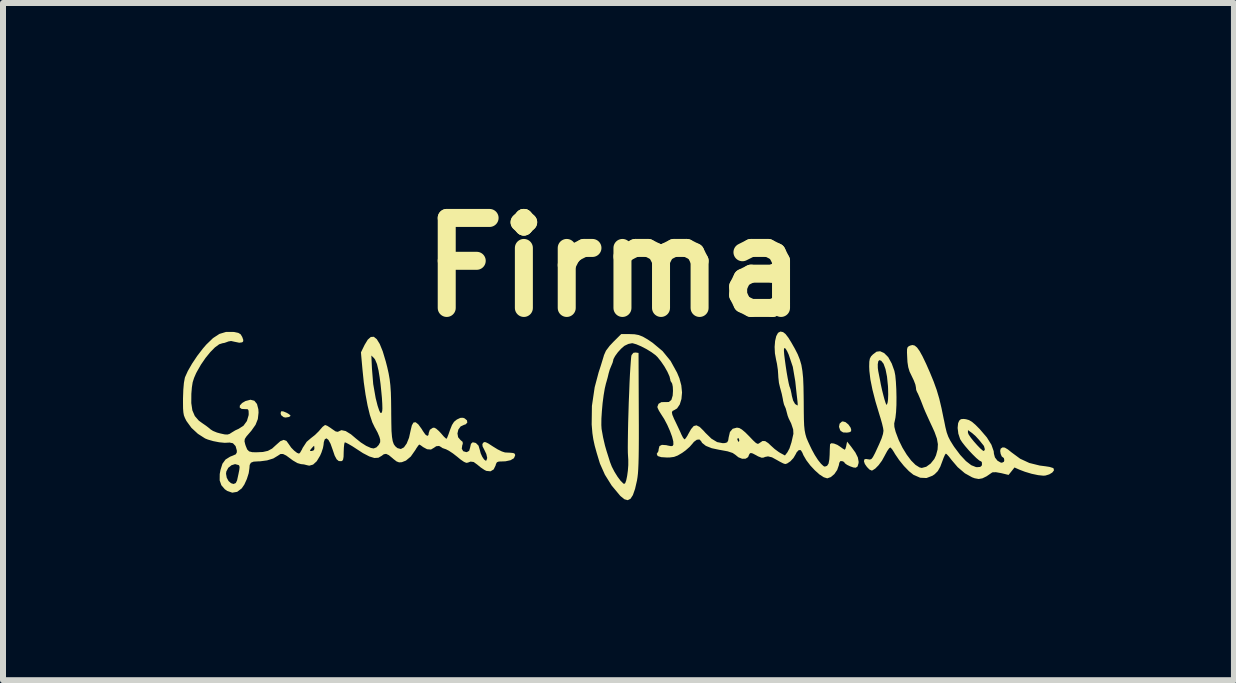
<source format=kicad_pcb>
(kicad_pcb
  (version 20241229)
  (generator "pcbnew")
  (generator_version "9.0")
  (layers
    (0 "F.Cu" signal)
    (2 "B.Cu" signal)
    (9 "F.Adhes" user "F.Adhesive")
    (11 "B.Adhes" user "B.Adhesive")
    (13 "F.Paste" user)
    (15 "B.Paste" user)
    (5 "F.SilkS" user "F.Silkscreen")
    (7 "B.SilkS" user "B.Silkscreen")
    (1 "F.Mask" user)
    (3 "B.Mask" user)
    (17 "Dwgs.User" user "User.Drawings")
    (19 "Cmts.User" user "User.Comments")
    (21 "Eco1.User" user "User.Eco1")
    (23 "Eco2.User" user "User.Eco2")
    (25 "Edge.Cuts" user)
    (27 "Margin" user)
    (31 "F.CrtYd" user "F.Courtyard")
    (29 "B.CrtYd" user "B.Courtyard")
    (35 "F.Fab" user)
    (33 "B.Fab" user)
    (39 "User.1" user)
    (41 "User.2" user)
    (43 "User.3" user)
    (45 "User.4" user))
  (footprint "Firma"
    (layer "F.Cu")
    (at 7.181 3.904)
    (property "Reference" "Firma" (at 0 -2.5 0) (layer "F.SilkS") (effects (font (size 1.5 1.5) (thickness 0.3))))
    (attr board_only exclude_from_pos_files exclude_from_bom)
    (fp_poly (pts (xy -5.505 -0.096) (xy -5.447 -0.071) (xy -5.417 -0.053) (xy -5.389 -0.03) (xy -5.397 -0.015) (xy -5.417 -0.004) (xy -5.473 0.005) (xy -5.505 -0.002) (xy -5.546 -0.035) (xy -5.554 -0.066) (xy -5.547 -0.098) (xy -5.517 -0.099)) (stroke (width 0) (type solid)) (fill yes) (layer "F.SilkS"))
    (fp_poly (pts (xy 3.86 0.081) (xy 3.908 0.12) (xy 3.945 0.173) (xy 3.955 0.206) (xy 3.953 0.235) (xy 3.925 0.25) (xy 3.884 0.256) (xy 3.821 0.253) (xy 3.782 0.229) (xy 3.771 0.215) (xy 3.752 0.16) (xy 3.762 0.107) (xy 3.798 0.074) (xy 3.814 0.069)) (stroke (width 0) (type solid)) (fill yes) (layer "F.SilkS"))
    (fp_poly (pts (xy 5.013 -1.195) (xy 5.052 -1.163) (xy 5.095 -1.104) (xy 5.144 -1.015) (xy 5.203 -0.892) (xy 5.267 -0.747) (xy 5.329 -0.596) (xy 5.38 -0.455) (xy 5.423 -0.31) (xy 5.461 -0.149) (xy 5.5 0.042) (xy 5.501 0.043) (xy 5.525 0.163) (xy 5.547 0.252) (xy 5.573 0.324) (xy 5.607 0.391) (xy 5.654 0.467) (xy 5.673 0.496) (xy 5.772 0.628) (xy 5.867 0.73) (xy 5.956 0.799) (xy 6.034 0.83) (xy 6.052 0.832) (xy 6.105 0.828) (xy 6.129 0.809) (xy 6.135 0.785) (xy 6.132 0.747) (xy 6.12 0.736) (xy 6.09 0.721) (xy 6.04 0.679) (xy 5.979 0.619) (xy 5.914 0.55) (xy 5.853 0.479) (xy 5.803 0.415) (xy 5.771 0.365) (xy 5.77 0.362) (xy 5.74 0.271) (xy 5.739 0.258) (xy 5.901 0.258) (xy 5.914 0.29) (xy 5.95 0.342) (xy 6 0.404) (xy 6.055 0.466) (xy 6.107 0.52) (xy 6.148 0.555) (xy 6.166 0.563) (xy 6.18 0.545) (xy 6.182 0.53) (xy 6.169 0.483) (xy 6.161 0.47) (xy 6.134 0.437) (xy 6.094 0.387) (xy 6.083 0.374) (xy 6.029 0.315) (xy 5.971 0.264) (xy 5.964 0.259) (xy 5.901 0.214) (xy 5.901 0.258) (xy 5.739 0.258) (xy 5.729 0.178) (xy 5.737 0.099) (xy 5.756 0.056) (xy 5.784 0.032) (xy 5.829 0.028) (xy 5.869 0.033) (xy 5.918 0.047) (xy 5.966 0.075) (xy 6.023 0.123) (xy 6.099 0.199) (xy 6.102 0.203) (xy 6.216 0.336) (xy 6.292 0.458) (xy 6.33 0.565) (xy 6.334 0.608) (xy 6.351 0.67) (xy 6.393 0.724) (xy 6.447 0.755) (xy 6.468 0.758) (xy 6.501 0.741) (xy 6.507 0.715) (xy 6.499 0.679) (xy 6.487 0.671) (xy 6.464 0.653) (xy 6.446 0.61) (xy 6.438 0.561) (xy 6.446 0.525) (xy 6.448 0.522) (xy 6.479 0.502) (xy 6.516 0.506) (xy 6.566 0.536) (xy 6.627 0.585) (xy 6.771 0.691) (xy 6.924 0.762) (xy 7.098 0.805) (xy 7.193 0.817) (xy 7.262 0.828) (xy 7.314 0.844) (xy 7.33 0.855) (xy 7.334 0.887) (xy 7.306 0.922) (xy 7.256 0.952) (xy 7.194 0.971) (xy 7.159 0.974) (xy 7.071 0.965) (xy 6.962 0.942) (xy 6.849 0.908) (xy 6.76 0.874) (xy 6.677 0.837) (xy 6.628 0.899) (xy 6.578 0.961) (xy 6.454 0.931) (xy 6.369 0.916) (xy 6.314 0.917) (xy 6.302 0.922) (xy 6.212 0.984) (xy 6.142 1.018) (xy 6.08 1.029) (xy 6.014 1.017) (xy 5.97 1.001) (xy 5.85 0.934) (xy 5.73 0.832) (xy 5.627 0.711) (xy 5.584 0.655) (xy 5.549 0.617) (xy 5.533 0.606) (xy 5.518 0.625) (xy 5.496 0.674) (xy 5.479 0.72) (xy 5.44 0.824) (xy 5.399 0.897) (xy 5.346 0.95) (xy 5.309 0.975) (xy 5.21 1.013) (xy 5.105 1.008) (xy 4.995 0.96) (xy 4.99 0.957) (xy 4.917 0.898) (xy 4.834 0.812) (xy 4.754 0.713) (xy 4.686 0.613) (xy 4.667 0.58) (xy 4.636 0.532) (xy 4.61 0.505) (xy 4.607 0.503) (xy 4.587 0.518) (xy 4.556 0.562) (xy 4.52 0.628) (xy 4.516 0.636) (xy 4.468 0.723) (xy 4.412 0.799) (xy 4.356 0.856) (xy 4.308 0.886) (xy 4.296 0.888) (xy 4.259 0.871) (xy 4.218 0.829) (xy 4.183 0.779) (xy 4.168 0.735) (xy 4.168 0.735) (xy 4.174 0.703) (xy 4.201 0.695) (xy 4.232 0.7) (xy 4.267 0.705) (xy 4.293 0.695) (xy 4.317 0.664) (xy 4.349 0.604) (xy 4.361 0.579) (xy 4.421 0.449) (xy 4.462 0.352) (xy 4.485 0.279) (xy 4.493 0.227) (xy 4.493 0.223) (xy 4.487 0.18) (xy 4.47 0.107) (xy 4.445 0.019) (xy 4.43 -0.029) (xy 4.36 -0.262) (xy 4.309 -0.461) (xy 4.275 -0.63) (xy 4.258 -0.772) (xy 4.255 -0.846) (xy 4.256 -0.885) (xy 4.398 -0.885) (xy 4.399 -0.82) (xy 4.406 -0.769) (xy 4.42 -0.698) (xy 4.438 -0.608) (xy 4.448 -0.552) (xy 4.469 -0.455) (xy 4.495 -0.352) (xy 4.508 -0.303) (xy 4.529 -0.237) (xy 4.541 -0.209) (xy 4.551 -0.212) (xy 4.561 -0.244) (xy 4.563 -0.249) (xy 4.569 -0.299) (xy 4.572 -0.379) (xy 4.57 -0.474) (xy 4.568 -0.52) (xy 4.552 -0.677) (xy 4.527 -0.802) (xy 4.495 -0.891) (xy 4.456 -0.941) (xy 4.425 -0.952) (xy 4.407 -0.934) (xy 4.398 -0.885) (xy 4.256 -0.885) (xy 4.257 -0.926) (xy 4.266 -0.977) (xy 4.286 -1.015) (xy 4.316 -1.046) (xy 4.378 -1.093) (xy 4.437 -1.1) (xy 4.502 -1.071) (xy 4.504 -1.07) (xy 4.572 -1.002) (xy 4.631 -0.895) (xy 4.675 -0.773) (xy 4.69 -0.698) (xy 4.7 -0.592) (xy 4.707 -0.467) (xy 4.71 -0.333) (xy 4.709 -0.203) (xy 4.703 -0.086) (xy 4.693 0.005) (xy 4.685 0.045) (xy 4.672 0.104) (xy 4.675 0.162) (xy 4.694 0.237) (xy 4.698 0.25) (xy 4.748 0.382) (xy 4.81 0.508) (xy 4.881 0.624) (xy 4.954 0.721) (xy 5.027 0.794) (xy 5.094 0.836) (xy 5.131 0.845) (xy 5.206 0.825) (xy 5.279 0.772) (xy 5.34 0.696) (xy 5.369 0.634) (xy 5.395 0.537) (xy 5.4 0.449) (xy 5.384 0.356) (xy 5.345 0.247) (xy 5.314 0.178) (xy 5.26 0.062) (xy 5.22 -0.026) (xy 5.189 -0.095) (xy 5.163 -0.157) (xy 5.138 -0.222) (xy 5.119 -0.271) (xy 5.09 -0.341) (xy 5.066 -0.396) (xy 5.052 -0.421) (xy 5.038 -0.457) (xy 5.034 -0.497) (xy 5.025 -0.544) (xy 4.999 -0.613) (xy 4.966 -0.682) (xy 4.928 -0.761) (xy 4.906 -0.834) (xy 4.893 -0.919) (xy 4.889 -0.99) (xy 4.885 -1.078) (xy 4.886 -1.133) (xy 4.894 -1.164) (xy 4.912 -1.182) (xy 4.936 -1.194) (xy 4.975 -1.204)) (stroke (width 0) (type solid)) (fill yes) (layer "F.SilkS"))
    (fp_poly (pts (xy 2.82 -1.419) (xy 2.861 -1.387) (xy 2.908 -1.326) (xy 2.958 -1.245) (xy 3.017 -1.141) (xy 3.064 -1.049) (xy 3.099 -0.961) (xy 3.125 -0.872) (xy 3.142 -0.771) (xy 3.154 -0.654) (xy 3.16 -0.51) (xy 3.163 -0.334) (xy 3.164 -0.255) (xy 3.165 -0.092) (xy 3.167 0.036) (xy 3.171 0.136) (xy 3.179 0.215) (xy 3.192 0.282) (xy 3.21 0.344) (xy 3.237 0.408) (xy 3.272 0.483) (xy 3.299 0.539) (xy 3.348 0.629) (xy 3.401 0.711) (xy 3.452 0.775) (xy 3.494 0.814) (xy 3.515 0.823) (xy 3.553 0.81) (xy 3.578 0.772) (xy 3.591 0.701) (xy 3.596 0.624) (xy 3.598 0.545) (xy 3.601 0.483) (xy 3.603 0.451) (xy 3.603 0.449) (xy 3.623 0.433) (xy 3.668 0.438) (xy 3.724 0.46) (xy 3.766 0.487) (xy 3.813 0.521) (xy 3.844 0.54) (xy 3.848 0.541) (xy 3.86 0.523) (xy 3.873 0.477) (xy 3.873 0.473) (xy 3.887 0.406) (xy 3.954 0.49) (xy 4.025 0.588) (xy 4.066 0.67) (xy 4.079 0.741) (xy 4.078 0.764) (xy 4.061 0.821) (xy 4.031 0.841) (xy 3.991 0.837) (xy 3.938 0.818) (xy 3.886 0.793) (xy 3.85 0.767) (xy 3.844 0.755) (xy 3.826 0.739) (xy 3.803 0.731) (xy 3.774 0.731) (xy 3.757 0.759) (xy 3.749 0.801) (xy 3.722 0.878) (xy 3.675 0.947) (xy 3.616 0.997) (xy 3.557 1.018) (xy 3.555 1.018) (xy 3.498 1) (xy 3.427 0.954) (xy 3.35 0.885) (xy 3.274 0.804) (xy 3.208 0.717) (xy 3.159 0.633) (xy 3.141 0.59) (xy 3.116 0.549) (xy 3.082 0.547) (xy 3.047 0.583) (xy 3.031 0.615) (xy 2.993 0.679) (xy 2.941 0.735) (xy 2.887 0.771) (xy 2.856 0.78) (xy 2.822 0.769) (xy 2.767 0.741) (xy 2.721 0.715) (xy 2.635 0.668) (xy 2.569 0.652) (xy 2.516 0.662) (xy 2.501 0.671) (xy 2.464 0.675) (xy 2.404 0.652) (xy 2.374 0.635) (xy 2.315 0.604) (xy 2.281 0.595) (xy 2.262 0.608) (xy 2.261 0.609) (xy 2.244 0.645) (xy 2.242 0.656) (xy 2.223 0.675) (xy 2.193 0.691) (xy 2.138 0.692) (xy 2.075 0.667) (xy 2.025 0.626) (xy 1.979 0.595) (xy 1.896 0.568) (xy 1.772 0.545) (xy 1.758 0.543) (xy 1.631 0.516) (xy 1.533 0.477) (xy 1.47 0.427) (xy 1.453 0.397) (xy 1.425 0.37) (xy 1.382 0.375) (xy 1.334 0.41) (xy 1.308 0.442) (xy 1.262 0.494) (xy 1.195 0.553) (xy 1.138 0.594) (xy 1.063 0.638) (xy 1.002 0.661) (xy 0.933 0.67) (xy 0.885 0.671) (xy 0.79 0.665) (xy 0.735 0.648) (xy 0.727 0.641) (xy 0.714 0.609) (xy 0.724 0.596) (xy 0.742 0.566) (xy 0.747 0.529) (xy 0.76 0.48) (xy 0.801 0.46) (xy 0.873 0.465) (xy 0.897 0.471) (xy 0.953 0.482) (xy 0.98 0.477) (xy 0.992 0.454) (xy 0.99 0.402) (xy 0.97 0.324) (xy 0.935 0.229) (xy 0.89 0.127) (xy 0.839 0.03) (xy 0.787 -0.051) (xy 0.751 -0.109) (xy 0.728 -0.158) (xy 0.725 -0.174) (xy 0.744 -0.224) (xy 0.792 -0.252) (xy 0.853 -0.253) (xy 0.916 -0.254) (xy 0.958 -0.289) (xy 0.98 -0.361) (xy 0.985 -0.439) (xy 0.982 -0.508) (xy 0.972 -0.558) (xy 0.964 -0.574) (xy 0.944 -0.605) (xy 0.941 -0.624) (xy 0.927 -0.681) (xy 0.892 -0.759) (xy 0.842 -0.847) (xy 0.784 -0.932) (xy 0.726 -1.004) (xy 0.694 -1.035) (xy 0.626 -1.085) (xy 0.543 -1.136) (xy 0.454 -1.182) (xy 0.374 -1.216) (xy 0.314 -1.233) (xy 0.303 -1.234) (xy 0.242 -1.222) (xy 0.179 -1.192) (xy 0.174 -1.189) (xy 0.121 -1.143) (xy 0.067 -1.084) (xy 0.021 -1.021) (xy -0.007 -0.969) (xy -0.011 -0.949) (xy -0.021 -0.91) (xy -0.041 -0.862) (xy -0.068 -0.797) (xy -0.087 -0.732) (xy -0.103 -0.665) (xy -0.125 -0.586) (xy -0.132 -0.563) (xy -0.152 -0.478) (xy -0.171 -0.365) (xy -0.188 -0.235) (xy -0.2 -0.101) (xy -0.208 0.024) (xy -0.209 0.13) (xy -0.205 0.195) (xy -0.18 0.335) (xy -0.148 0.473) (xy -0.122 0.563) (xy -0.106 0.613) (xy -0.083 0.686) (xy -0.064 0.747) (xy -0.034 0.824) (xy 0.01 0.909) (xy 0.061 0.991) (xy 0.112 1.059) (xy 0.156 1.103) (xy 0.171 1.111) (xy 0.189 1.098) (xy 0.206 1.051) (xy 0.221 0.979) (xy 0.233 0.891) (xy 0.24 0.797) (xy 0.24 0.707) (xy 0.236 0.647) (xy 0.233 0.592) (xy 0.232 0.503) (xy 0.233 0.385) (xy 0.235 0.245) (xy 0.238 0.09) (xy 0.243 -0.076) (xy 0.248 -0.246) (xy 0.255 -0.413) (xy 0.261 -0.573) (xy 0.268 -0.718) (xy 0.276 -0.843) (xy 0.283 -0.942) (xy 0.289 -1.009) (xy 0.294 -1.035) (xy 0.325 -1.074) (xy 0.363 -1.079) (xy 0.411 -1.072) (xy 0.415 -0.097) (xy 0.416 0.146) (xy 0.416 0.351) (xy 0.415 0.521) (xy 0.413 0.661) (xy 0.41 0.774) (xy 0.406 0.865) (xy 0.401 0.938) (xy 0.394 0.998) (xy 0.386 1.048) (xy 0.386 1.05) (xy 0.353 1.194) (xy 0.317 1.297) (xy 0.277 1.359) (xy 0.231 1.382) (xy 0.176 1.367) (xy 0.113 1.316) (xy 0.102 1.305) (xy -0.037 1.138) (xy -0.15 0.957) (xy -0.231 0.775) (xy -0.24 0.747) (xy -0.286 0.595) (xy -0.32 0.472) (xy -0.343 0.366) (xy -0.358 0.266) (xy -0.367 0.158) (xy -0.37 0.119) (xy -0.366 -0.189) (xy -0.32 -0.5) (xy -0.254 -0.749) (xy -0.222 -0.847) (xy -0.193 -0.941) (xy -0.17 -1.016) (xy -0.165 -1.035) (xy -0.132 -1.109) (xy -0.071 -1.19) (xy -0.008 -1.257) (xy 0.122 -1.386) (xy 0.262 -1.386) (xy 0.345 -1.383) (xy 0.415 -1.37) (xy 0.483 -1.343) (xy 0.563 -1.297) (xy 0.647 -1.24) (xy 0.811 -1.103) (xy 0.945 -0.939) (xy 1.053 -0.743) (xy 1.092 -0.65) (xy 1.124 -0.531) (xy 1.136 -0.413) (xy 1.126 -0.304) (xy 1.098 -0.213) (xy 1.053 -0.147) (xy 1.006 -0.119) (xy 0.977 -0.105) (xy 0.967 -0.081) (xy 0.975 -0.04) (xy 1.003 0.027) (xy 1.027 0.076) (xy 1.066 0.158) (xy 1.104 0.239) (xy 1.125 0.287) (xy 1.151 0.338) (xy 1.173 0.366) (xy 1.178 0.368) (xy 1.197 0.351) (xy 1.226 0.307) (xy 1.236 0.287) (xy 1.287 0.197) (xy 1.331 0.146) (xy 1.377 0.135) (xy 1.43 0.161) (xy 1.496 0.226) (xy 1.526 0.26) (xy 1.626 0.357) (xy 1.721 0.414) (xy 1.815 0.432) (xy 1.852 0.43) (xy 1.888 0.418) (xy 1.905 0.387) (xy 1.909 0.362) (xy 2.057 0.362) (xy 2.06 0.379) (xy 2.075 0.407) (xy 2.081 0.411) (xy 2.089 0.394) (xy 2.09 0.379) (xy 2.078 0.35) (xy 2.069 0.346) (xy 2.057 0.362) (xy 1.909 0.362) (xy 1.913 0.336) (xy 1.934 0.246) (xy 1.98 0.192) (xy 2.05 0.173) (xy 2.052 0.173) (xy 2.091 0.18) (xy 2.134 0.205) (xy 2.19 0.252) (xy 2.255 0.317) (xy 2.32 0.385) (xy 2.363 0.425) (xy 2.391 0.442) (xy 2.412 0.44) (xy 2.432 0.426) (xy 2.477 0.396) (xy 2.521 0.397) (xy 2.573 0.431) (xy 2.615 0.471) (xy 2.679 0.529) (xy 2.747 0.579) (xy 2.773 0.595) (xy 2.851 0.637) (xy 2.892 0.584) (xy 2.927 0.519) (xy 2.96 0.417) (xy 2.992 0.276) (xy 2.992 0.276) (xy 2.988 0.203) (xy 2.955 0.104) (xy 2.914 0.021) (xy 2.897 -0.023) (xy 2.881 -0.083) (xy 2.88 -0.087) (xy 2.865 -0.144) (xy 2.849 -0.182) (xy 2.847 -0.184) (xy 2.834 -0.217) (xy 2.82 -0.276) (xy 2.816 -0.303) (xy 2.798 -0.39) (xy 2.774 -0.479) (xy 2.77 -0.493) (xy 2.751 -0.573) (xy 2.741 -0.665) (xy 2.739 -0.703) (xy 2.733 -0.79) (xy 2.718 -0.892) (xy 2.704 -0.956) (xy 2.684 -1.065) (xy 2.682 -1.108) (xy 2.834 -1.108) (xy 2.839 -1.042) (xy 2.85 -0.954) (xy 2.864 -0.852) (xy 2.88 -0.747) (xy 2.897 -0.65) (xy 2.913 -0.569) (xy 2.926 -0.515) (xy 2.932 -0.502) (xy 2.946 -0.459) (xy 2.96 -0.394) (xy 2.966 -0.358) (xy 2.987 -0.279) (xy 3.02 -0.221) (xy 3.06 -0.196) (xy 3.062 -0.196) (xy 3.064 -0.215) (xy 3.06 -0.264) (xy 3.055 -0.309) (xy 3.046 -0.386) (xy 3.035 -0.487) (xy 3.024 -0.591) (xy 3.022 -0.606) (xy 2.982 -0.84) (xy 2.914 -1.043) (xy 2.889 -1.098) (xy 2.861 -1.144) (xy 2.844 -1.154) (xy 2.835 -1.142) (xy 2.834 -1.108) (xy 2.682 -1.108) (xy 2.679 -1.173) (xy 2.687 -1.271) (xy 2.706 -1.352) (xy 2.736 -1.407) (xy 2.775 -1.428) (xy 2.778 -1.428)) (stroke (width 0) (type solid)) (fill yes) (layer "F.SilkS"))
    (fp_poly (pts (xy -6.324 -1.42) (xy -6.259 -1.406) (xy -6.221 -1.383) (xy -6.196 -1.342) (xy -6.193 -1.336) (xy -6.176 -1.287) (xy -6.18 -1.261) (xy -6.197 -1.248) (xy -6.244 -1.242) (xy -6.311 -1.256) (xy -6.312 -1.256) (xy -6.38 -1.271) (xy -6.43 -1.262) (xy -6.437 -1.258) (xy -6.491 -1.239) (xy -6.522 -1.234) (xy -6.578 -1.216) (xy -6.648 -1.165) (xy -6.725 -1.087) (xy -6.805 -0.989) (xy -6.882 -0.877) (xy -6.951 -0.756) (xy -6.963 -0.733) (xy -6.997 -0.655) (xy -7.02 -0.582) (xy -7.033 -0.499) (xy -7.042 -0.39) (xy -7.043 -0.236) (xy -7.025 -0.115) (xy -6.984 -0.02) (xy -6.918 0.056) (xy -6.859 0.099) (xy -6.795 0.143) (xy -6.742 0.184) (xy -6.722 0.202) (xy -6.681 0.228) (xy -6.615 0.255) (xy -6.559 0.27) (xy -6.486 0.286) (xy -6.44 0.288) (xy -6.406 0.278) (xy -6.373 0.257) (xy -6.311 0.219) (xy -6.254 0.193) (xy -6.174 0.142) (xy -6.116 0.063) (xy -6.088 -0.032) (xy -6.086 -0.051) (xy -6.088 -0.108) (xy -6.099 -0.132) (xy -6.128 -0.136) (xy -6.139 -0.135) (xy -6.204 -0.139) (xy -6.236 -0.162) (xy -6.233 -0.197) (xy -6.195 -0.238) (xy -6.14 -0.27) (xy -6.057 -0.292) (xy -5.992 -0.275) (xy -5.948 -0.221) (xy -5.925 -0.132) (xy -5.922 -0.077) (xy -5.934 0.03) (xy -5.972 0.126) (xy -6.042 0.225) (xy -6.072 0.26) (xy -6.124 0.32) (xy -6.151 0.362) (xy -6.156 0.402) (xy -6.144 0.452) (xy -6.135 0.479) (xy -6.111 0.537) (xy -6.079 0.569) (xy -6.027 0.582) (xy -5.963 0.584) (xy -5.85 0.579) (xy -5.766 0.56) (xy -5.696 0.522) (xy -5.628 0.46) (xy -5.559 0.399) (xy -5.503 0.377) (xy -5.457 0.394) (xy -5.416 0.451) (xy -5.414 0.454) (xy -5.378 0.506) (xy -5.329 0.556) (xy -5.28 0.594) (xy -5.247 0.606) (xy -5.228 0.588) (xy -5.207 0.551) (xy -5.065 0.551) (xy -5.058 0.562) (xy -5.034 0.563) (xy -4.998 0.548) (xy -4.991 0.52) (xy -4.994 0.484) (xy -4.997 0.476) (xy -5.014 0.491) (xy -5.04 0.52) (xy -5.065 0.551) (xy -5.207 0.551) (xy -5.201 0.542) (xy -5.187 0.511) (xy -5.12 0.409) (xy -5.051 0.35) (xy -4.981 0.295) (xy -4.917 0.232) (xy -4.896 0.207) (xy -4.855 0.16) (xy -4.819 0.133) (xy -4.809 0.13) (xy -4.776 0.143) (xy -4.726 0.175) (xy -4.698 0.195) (xy -4.638 0.236) (xy -4.601 0.243) (xy -4.593 0.239) (xy -4.541 0.215) (xy -4.47 0.23) (xy -4.382 0.284) (xy -4.303 0.351) (xy -4.216 0.421) (xy -4.128 0.477) (xy -4.049 0.512) (xy -4.003 0.52) (xy -3.957 0.502) (xy -3.919 0.462) (xy -3.895 0.416) (xy -3.895 0.372) (xy -3.908 0.326) (xy -3.938 0.255) (xy -3.978 0.181) (xy -3.984 0.172) (xy -4.026 0.085) (xy -4.067 -0.039) (xy -4.105 -0.196) (xy -4.139 -0.379) (xy -4.168 -0.582) (xy -4.19 -0.796) (xy -4.211 -1.029) (xy -4.042 -1.029) (xy -4.032 -0.812) (xy -4.011 -0.553) (xy -3.97 -0.319) (xy -3.937 -0.189) (xy -3.91 -0.11) (xy -3.889 -0.071) (xy -3.872 -0.073) (xy -3.861 -0.103) (xy -3.858 -0.147) (xy -3.86 -0.224) (xy -3.866 -0.324) (xy -3.877 -0.439) (xy -3.889 -0.556) (xy -3.904 -0.668) (xy -3.92 -0.764) (xy -3.92 -0.769) (xy -3.948 -0.886) (xy -3.98 -0.962) (xy -3.997 -0.985) (xy -4.042 -1.029) (xy -4.211 -1.029) (xy -4.215 -1.082) (xy -4.154 -1.207) (xy -4.102 -1.293) (xy -4.051 -1.338) (xy -4.001 -1.341) (xy -3.952 -1.302) (xy -3.902 -1.221) (xy -3.852 -1.098) (xy -3.802 -0.931) (xy -3.777 -0.834) (xy -3.754 -0.731) (xy -3.737 -0.634) (xy -3.725 -0.531) (xy -3.717 -0.414) (xy -3.713 -0.275) (xy -3.711 -0.103) (xy -3.711 -0.065) (xy -3.709 0.101) (xy -3.706 0.23) (xy -3.698 0.327) (xy -3.686 0.398) (xy -3.668 0.449) (xy -3.643 0.484) (xy -3.611 0.511) (xy -3.605 0.515) (xy -3.55 0.529) (xy -3.499 0.502) (xy -3.453 0.438) (xy -3.414 0.341) (xy -3.388 0.223) (xy -3.367 0.135) (xy -3.34 0.088) (xy -3.304 0.083) (xy -3.259 0.119) (xy -3.203 0.196) (xy -3.182 0.231) (xy -3.141 0.289) (xy -3.109 0.311) (xy -3.09 0.296) (xy -3.086 0.263) (xy -3.067 0.209) (xy -3.02 0.177) (xy -2.996 0.173) (xy -2.963 0.189) (xy -2.916 0.23) (xy -2.878 0.271) (xy -2.834 0.322) (xy -2.8 0.353) (xy -2.787 0.358) (xy -2.775 0.333) (xy -2.754 0.279) (xy -2.731 0.212) (xy -2.698 0.129) (xy -2.664 0.076) (xy -2.62 0.04) (xy -2.613 0.036) (xy -2.558 0.01) (xy -2.514 0.009) (xy -2.487 0.019) (xy -2.448 0.052) (xy -2.443 0.09) (xy -2.472 0.119) (xy -2.496 0.126) (xy -2.554 0.153) (xy -2.592 0.205) (xy -2.607 0.27) (xy -2.596 0.333) (xy -2.556 0.38) (xy -2.521 0.41) (xy -2.518 0.443) (xy -2.527 0.467) (xy -2.535 0.524) (xy -2.511 0.566) (xy -2.46 0.581) (xy -2.449 0.58) (xy -2.412 0.56) (xy -2.397 0.509) (xy -2.382 0.443) (xy -2.353 0.417) (xy -2.307 0.427) (xy -2.298 0.431) (xy -2.256 0.473) (xy -2.235 0.543) (xy -2.22 0.601) (xy -2.194 0.658) (xy -2.164 0.703) (xy -2.137 0.724) (xy -2.125 0.721) (xy -2.111 0.679) (xy -2.126 0.612) (xy -2.159 0.543) (xy -2.188 0.486) (xy -2.192 0.45) (xy -2.18 0.427) (xy -2.162 0.414) (xy -2.136 0.416) (xy -2.093 0.437) (xy -2.025 0.481) (xy -2.011 0.49) (xy -1.936 0.536) (xy -1.867 0.57) (xy -1.817 0.586) (xy -1.812 0.587) (xy -1.728 0.591) (xy -1.678 0.596) (xy -1.654 0.607) (xy -1.646 0.625) (xy -1.646 0.638) (xy -1.666 0.683) (xy -1.722 0.716) (xy -1.806 0.734) (xy -1.855 0.736) (xy -1.917 0.738) (xy -1.949 0.75) (xy -1.965 0.779) (xy -1.971 0.803) (xy -2.003 0.869) (xy -2.056 0.901) (xy -2.125 0.894) (xy -2.156 0.879) (xy -2.22 0.836) (xy -2.277 0.789) (xy -2.336 0.746) (xy -2.388 0.739) (xy -2.433 0.756) (xy -2.46 0.76) (xy -2.499 0.743) (xy -2.557 0.703) (xy -2.61 0.659) (xy -2.682 0.603) (xy -2.75 0.558) (xy -2.801 0.532) (xy -2.809 0.53) (xy -2.857 0.513) (xy -2.881 0.496) (xy -2.914 0.478) (xy -2.961 0.483) (xy -2.999 0.509) (xy -3.048 0.538) (xy -3.113 0.533) (xy -3.178 0.498) (xy -3.219 0.468) (xy -3.243 0.455) (xy -3.244 0.455) (xy -3.26 0.472) (xy -3.29 0.515) (xy -3.309 0.547) (xy -3.385 0.655) (xy -3.465 0.722) (xy -3.534 0.749) (xy -3.58 0.752) (xy -3.622 0.736) (xy -3.675 0.695) (xy -3.687 0.684) (xy -3.75 0.632) (xy -3.796 0.61) (xy -3.835 0.617) (xy -3.87 0.643) (xy -3.925 0.675) (xy -3.992 0.679) (xy -4.076 0.653) (xy -4.182 0.598) (xy -4.273 0.539) (xy -4.354 0.486) (xy -4.422 0.446) (xy -4.469 0.422) (xy -4.486 0.419) (xy -4.494 0.447) (xy -4.5 0.505) (xy -4.503 0.579) (xy -4.505 0.659) (xy -4.513 0.705) (xy -4.527 0.726) (xy -4.543 0.732) (xy -4.585 0.73) (xy -4.62 0.701) (xy -4.653 0.64) (xy -4.686 0.543) (xy -4.722 0.442) (xy -4.757 0.378) (xy -4.789 0.352) (xy -4.817 0.366) (xy -4.819 0.37) (xy -4.834 0.414) (xy -4.839 0.461) (xy -4.849 0.514) (xy -4.873 0.587) (xy -4.896 0.64) (xy -4.952 0.733) (xy -5.013 0.789) (xy -5.077 0.807) (xy -5.11 0.8) (xy -5.165 0.786) (xy -5.215 0.781) (xy -5.274 0.764) (xy -5.35 0.72) (xy -5.386 0.693) (xy -5.461 0.638) (xy -5.515 0.612) (xy -5.557 0.613) (xy -5.597 0.639) (xy -5.6 0.641) (xy -5.676 0.687) (xy -5.78 0.719) (xy -5.901 0.735) (xy -5.925 0.735) (xy -6.005 0.74) (xy -6.05 0.758) (xy -6.07 0.796) (xy -6.074 0.848) (xy -6.086 0.932) (xy -6.117 1.03) (xy -6.159 1.122) (xy -6.203 1.186) (xy -6.278 1.243) (xy -6.36 1.257) (xy -6.444 1.228) (xy -6.484 1.2) (xy -6.542 1.133) (xy -6.57 1.052) (xy -6.569 0.95) (xy -6.568 0.941) (xy -6.464 0.941) (xy -6.452 1.008) (xy -6.422 1.063) (xy -6.381 1.099) (xy -6.339 1.112) (xy -6.302 1.097) (xy -6.28 1.053) (xy -6.257 0.948) (xy -6.243 0.878) (xy -6.238 0.835) (xy -6.242 0.811) (xy -6.252 0.798) (xy -6.254 0.797) (xy -6.313 0.781) (xy -6.374 0.8) (xy -6.427 0.843) (xy -6.459 0.904) (xy -6.464 0.941) (xy -6.568 0.941) (xy -6.556 0.877) (xy -6.524 0.775) (xy -6.473 0.705) (xy -6.396 0.657) (xy -6.35 0.639) (xy -6.301 0.617) (xy -6.284 0.585) (xy -6.284 0.554) (xy -6.305 0.48) (xy -6.349 0.433) (xy -6.409 0.421) (xy -6.423 0.423) (xy -6.488 0.426) (xy -6.578 0.417) (xy -6.676 0.398) (xy -6.766 0.372) (xy -6.813 0.353) (xy -6.933 0.276) (xy -7.041 0.176) (xy -7.121 0.066) (xy -7.125 0.06) (xy -7.149 0.012) (xy -7.166 -0.031) (xy -7.175 -0.081) (xy -7.18 -0.146) (xy -7.181 -0.239) (xy -7.181 -0.313) (xy -7.176 -0.458) (xy -7.166 -0.573) (xy -7.151 -0.654) (xy -7.148 -0.666) (xy -7.101 -0.77) (xy -7.031 -0.892) (xy -6.945 -1.021) (xy -6.849 -1.146) (xy -6.793 -1.211) (xy -6.681 -1.319) (xy -6.574 -1.389) (xy -6.464 -1.422) (xy -6.344 -1.422)) (stroke (width 0) (type solid)) (fill yes) (layer "F.SilkS")))
  (gr_rect
    (start -3 -3)
    (end 17.515 8.286)
    (stroke (width 0.1) (type default))
    (fill no)
    (layer "Edge.Cuts")))
</source>
